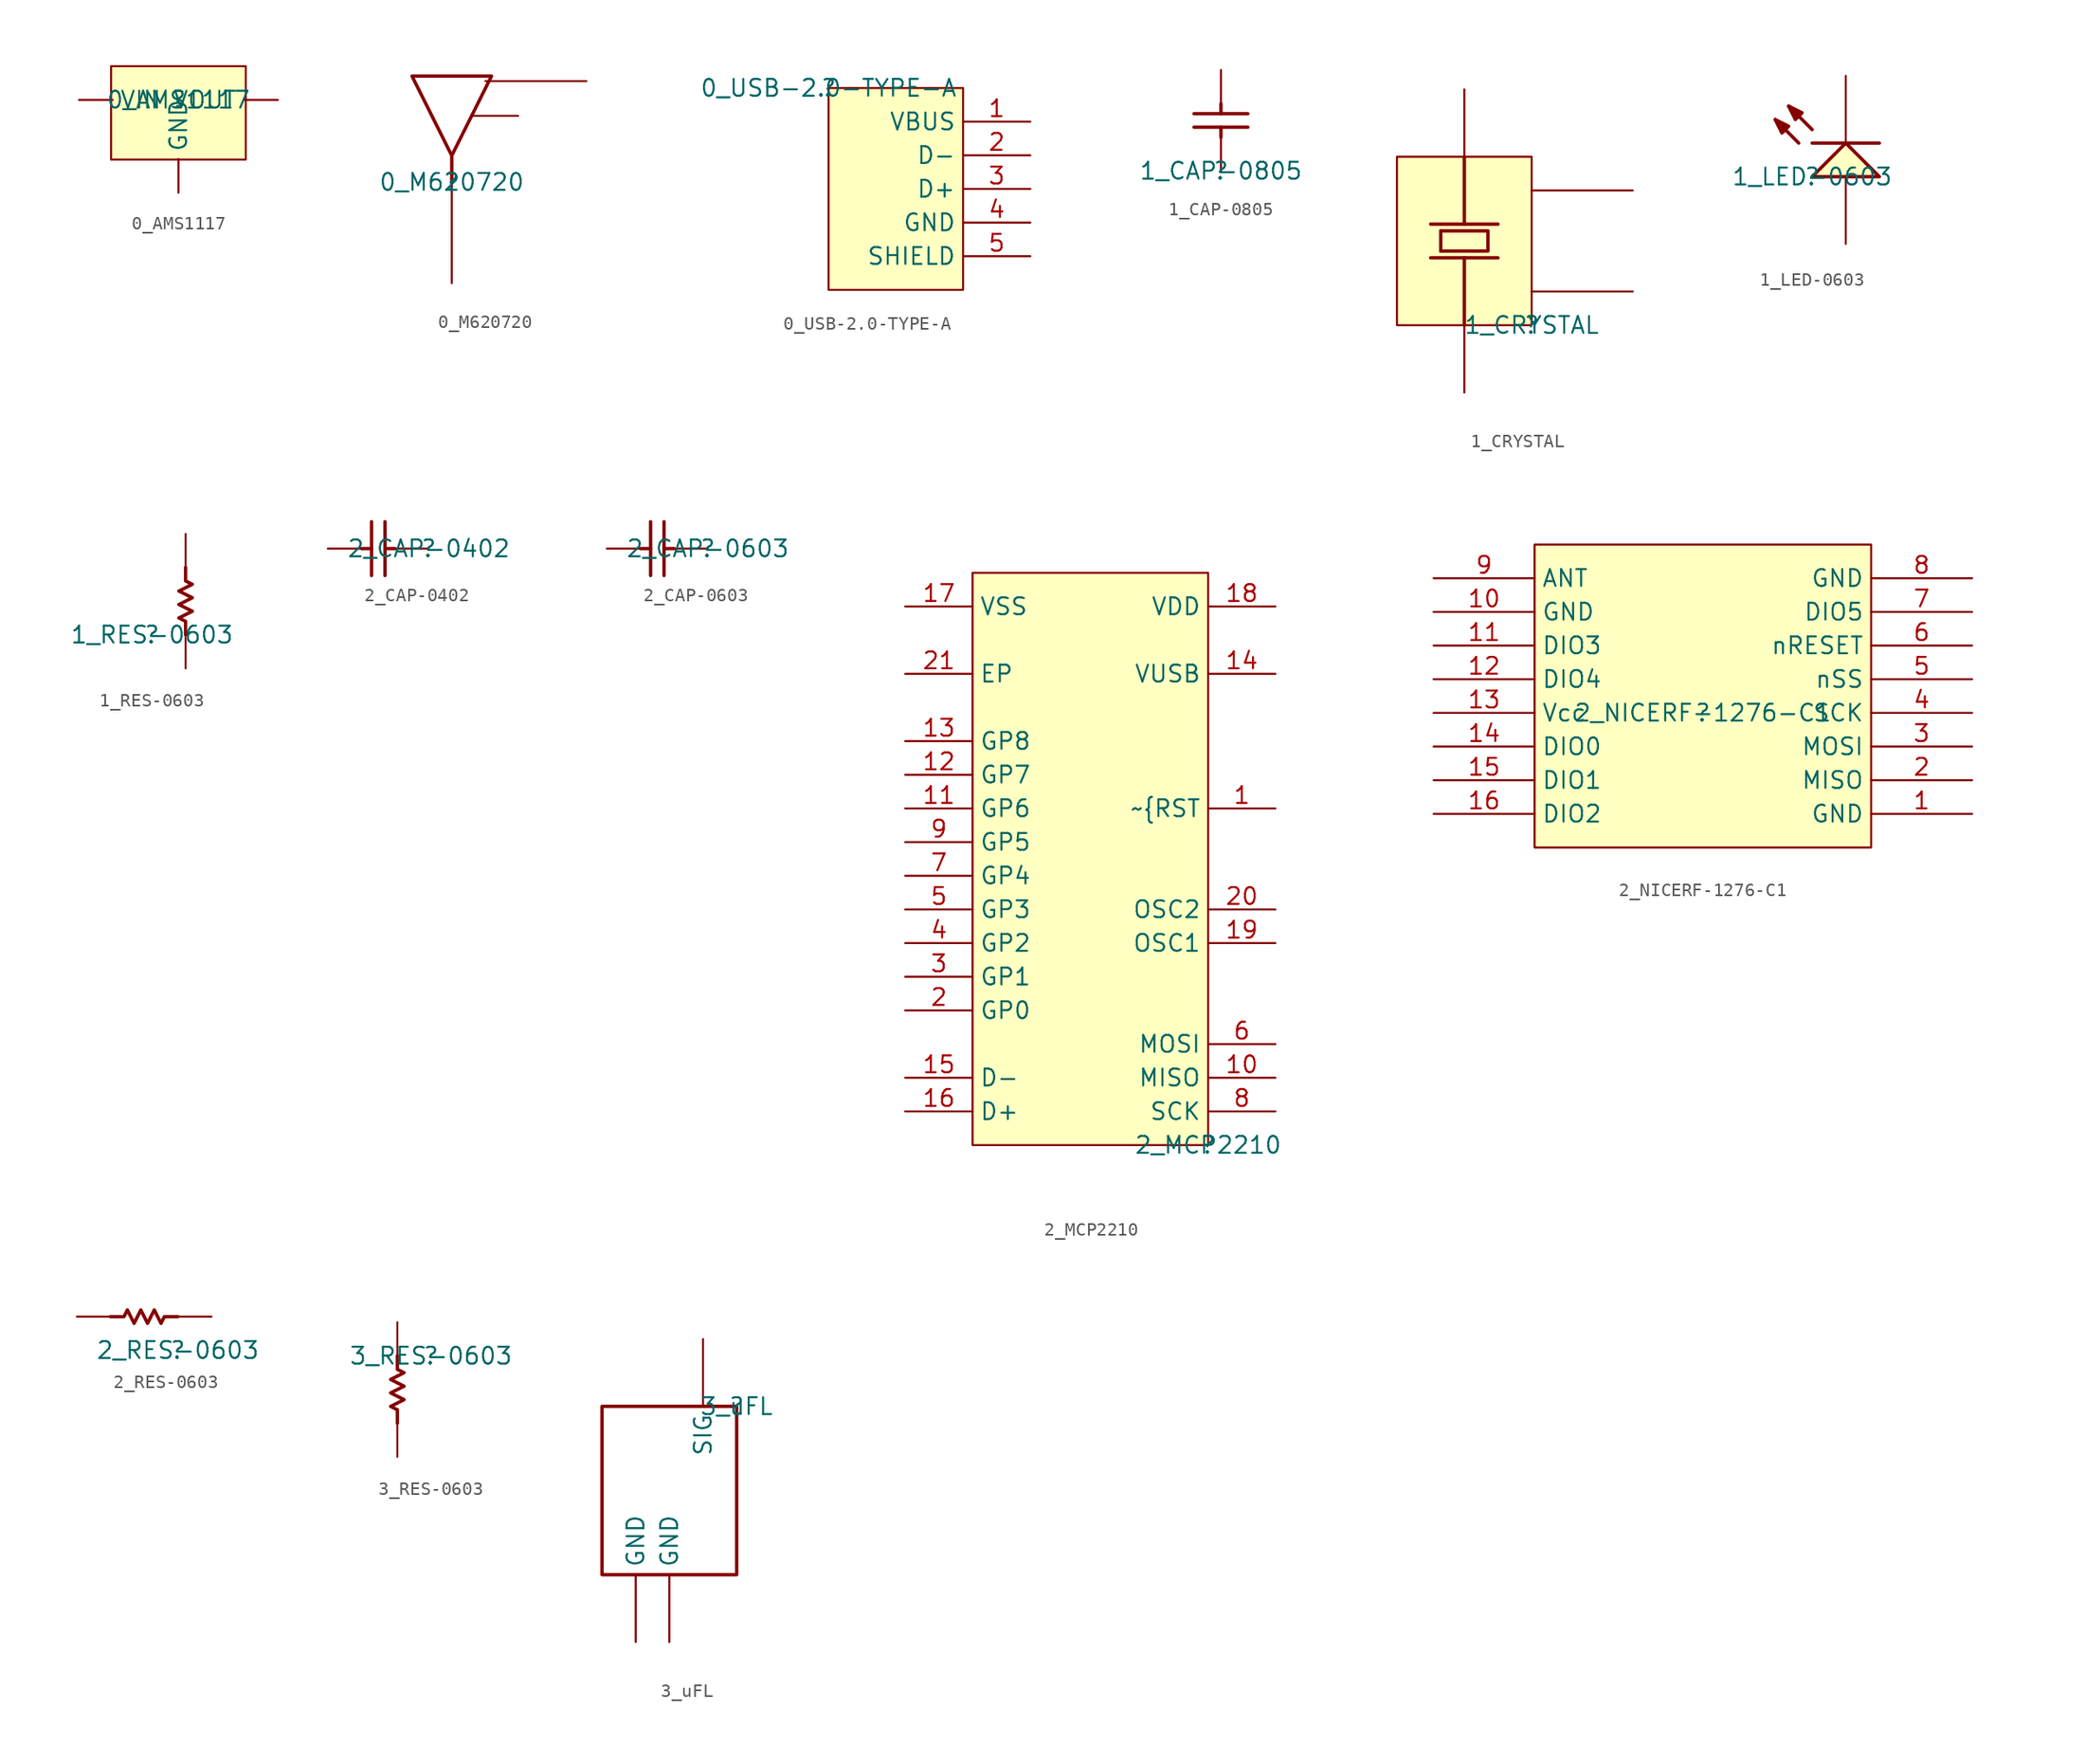
<source format=kicad_sym>
(kicad_symbol_lib
  (version 20211014)
  (generator kicad_symbol_editor)
  (symbol "0_AMS1117"
    (property "Reference" ""
      (at 0 0 0)
      (effects (font (size 1.27 1.27))))
    (property "Value" "0_AMS1117"
      (at 0 0 0)
      (effects (font (size 1.27 1.27))))
    (symbol "0_AMS1117_1_0"
      (rectangle (start 5.08 2.54) (end -5.08 -4.5) (stroke (width 0) (type default) (color 0 0 0 0)) (fill (type background)))
      (pin passive line (at 0 -7 90) (length 2.54) (name "GND" (effects (font (size 1.27 1.27)))) (number "1" (effects (font (size 0 0)))))
      (pin passive line (at 7.5 0 180) (length 2.54) (name "VOUT" (effects (font (size 1.27 1.27)))) (number "2" (effects (font (size 0 0)))))
      (pin passive line (at -7.5 0 0) (length 2.54) (name "VIN" (effects (font (size 1.27 1.27)))) (number "3" (effects (font (size 0 0)))))))
  (symbol "0_M620720"
    (property "Reference" ""
      (at 0 0 0)
      (effects (font (size 1.27 1.27))))
    (property "Value" "0_M620720"
      (at 0 0 0)
      (effects (font (size 1.27 1.27))))
    (symbol "0_M620720_1_0"
      (polyline (pts (xy 0 0) (xy 0 2) (xy -3 8) (xy 3 8) (xy 0 2)) (stroke (width 0.254) (type default) (color 0 0 0 0)) (fill (type none)))
      (pin passive line (at 0 -7.62 90) (length 7.62) (name "ANT" (effects (font (size 0 0)))) (number "1" (effects (font (size 0 0)))))
      (pin passive line (at 5 5 180) (length 3.5) (name "CAP" (effects (font (size 0 0)))) (number "2" (effects (font (size 0 0)))))
      (pin power_in line (at 10.16 7.62 180) (length 7.62) (name "GND" (effects (font (size 0 0)))) (number "GND" (effects (font (size 0 0)))))))
  (symbol "0_USB-2.0-TYPE-A"
    (property "Reference" ""
      (at 0 0 0)
      (effects (font (size 1.27 1.27))))
    (property "Value" "0_USB-2.0-TYPE-A"
      (at 0 0 0)
      (effects (font (size 1.27 1.27))))
    (symbol "0_USB-2.0-TYPE-A_1_0"
      (rectangle (start 10.16 0) (end 0 -15.24) (stroke (width 0) (type default) (color 0 0 0 0)) (fill (type background)))
      (pin passive line (at 15.24 -2.54 180) (length 5.08) (name "VBUS" (effects (font (size 1.27 1.27)))) (number "1" (effects (font (size 1.27 1.27)))))
      (pin passive line (at 15.24 -5.08 180) (length 5.08) (name "D-" (effects (font (size 1.27 1.27)))) (number "2" (effects (font (size 1.27 1.27)))))
      (pin passive line (at 15.24 -7.62 180) (length 5.08) (name "D+" (effects (font (size 1.27 1.27)))) (number "3" (effects (font (size 1.27 1.27)))))
      (pin passive line (at 15.24 -10.16 180) (length 5.08) (name "GND" (effects (font (size 1.27 1.27)))) (number "4" (effects (font (size 1.27 1.27)))))
      (pin passive line (at 15.24 -12.7 180) (length 5.08) (name "SHIELD" (effects (font (size 1.27 1.27)))) (number "5" (effects (font (size 1.27 1.27)))))))
  (symbol "1_CAP-0805"
    (property "Reference" ""
      (at 0 0 0)
      (effects (font (size 1.27 1.27))))
    (property "Value" "1_CAP-0805"
      (at 0 0 0)
      (effects (font (size 1.27 1.27))))
    (symbol "1_CAP-0805_1_0"
      (polyline (pts (xy -2.032 4.318) (xy 2.032 4.318)) (stroke (width 0.254) (type default) (color 0 0 0 0)) (fill (type none)))
      (polyline (pts (xy 0 2.54) (xy 0 3.302)) (stroke (width 0.254) (type default) (color 0 0 0 0)) (fill (type none)))
      (polyline (pts (xy 0 5.08) (xy 0 4.318)) (stroke (width 0.254) (type default) (color 0 0 0 0)) (fill (type none)))
      (polyline (pts (xy 2.032 3.302) (xy -2.032 3.302)) (stroke (width 0.254) (type default) (color 0 0 0 0)) (fill (type none)))
      (pin passive line (at 0 0 90) (length 2.54) (name "1" (effects (font (size 0 0)))) (number "1" (effects (font (size 0 0)))))
      (pin passive line (at 0 7.62 270) (length 2.54) (name "2" (effects (font (size 0 0)))) (number "2" (effects (font (size 0 0)))))))
  (symbol "1_CRYSTAL"
    (property "Reference" ""
      (at 0 0 0)
      (effects (font (size 1.27 1.27))))
    (property "Value" "1_CRYSTAL"
      (at 0 0 0)
      (effects (font (size 1.27 1.27))))
    (symbol "1_CRYSTAL_1_0"
      (polyline (pts (xy -7.62 5.08) (xy -2.54 5.08)) (stroke (width 0.254) (type default) (color 0 0 0 0)) (fill (type none)))
      (polyline (pts (xy -7.62 7.62) (xy -2.54 7.62)) (stroke (width 0.254) (type default) (color 0 0 0 0)) (fill (type none)))
      (polyline (pts (xy -6.858 5.588) (xy -6.858 7.112)) (stroke (width 0.254) (type default) (color 0 0 0 0)) (fill (type none)))
      (polyline (pts (xy -5.08 0) (xy -5.08 5.08)) (stroke (width 0.254) (type default) (color 0 0 0 0)) (fill (type none)))
      (polyline (pts (xy -5.08 7.62) (xy -5.08 12.7)) (stroke (width 0.254) (type default) (color 0 0 0 0)) (fill (type none)))
      (polyline (pts (xy -6.858 7.112) (xy -3.302 7.112) (xy -3.302 5.588) (xy -6.858 5.588)) (stroke (width 0.254) (type default) (color 0 0 0 0)) (fill (type none)))
      (rectangle (start 0 12.7) (end -10.16 0) (stroke (width 0) (type default) (color 0 0 0 0)) (fill (type background)))
      (pin passive line (at -5.08 -5.08 90) (length 5.08) (name "X1" (effects (font (size 0 0)))) (number "1" (effects (font (size 0 0)))))
      (pin passive line (at 7.62 2.54 180) (length 7.62) (name "GND" (effects (font (size 0 0)))) (number "2" (effects (font (size 0 0)))))
      (pin passive line (at -5.08 17.78 270) (length 5.08) (name "X2" (effects (font (size 0 0)))) (number "3" (effects (font (size 0 0)))))
      (pin passive line (at 7.62 10.16 180) (length 7.62) (name "GND" (effects (font (size 0 0)))) (number "4" (effects (font (size 0 0)))))))
  (symbol "1_LED-0603"
    (property "Reference" ""
      (at 0 0 0)
      (effects (font (size 1.27 1.27))))
    (property "Value" "1_LED-0603"
      (at 0 0 0)
      (effects (font (size 1.27 1.27))))
    (symbol "1_LED-0603_1_0"
      (polyline (pts (xy -1.016 2.54) (xy -2.794 4.318)) (stroke (width 0.254) (type default) (color 0 0 0 0)) (fill (type none)))
      (polyline (pts (xy 0 2.54) (xy 5.08 2.54)) (stroke (width 0.254) (type default) (color 0 0 0 0)) (fill (type none)))
      (polyline (pts (xy 0 3.556) (xy -1.778 5.334)) (stroke (width 0.254) (type default) (color 0 0 0 0)) (fill (type none)))
      (polyline (pts (xy -2.794 4.318) (xy -2.286 3.302) (xy -1.778 3.81) (xy -2.794 4.318)) (stroke (width 0.254) (type default) (color 0 0 0 0)) (fill (type outline)))
      (polyline (pts (xy -1.778 5.334) (xy -1.27 4.318) (xy -0.762 4.826) (xy -1.778 5.334)) (stroke (width 0.254) (type default) (color 0 0 0 0)) (fill (type outline)))
      (polyline (pts (xy 5.08 0) (xy 2.54 2.54) (xy 0 0) (xy 5.08 0)) (stroke (width 0.254) (type default) (color 0 0 0 0)) (fill (type background)))
      (pin passive line (at 2.54 -5.08 90) (length 5.08) (name "A" (effects (font (size 0 0)))) (number "1" (effects (font (size 0 0)))))
      (pin passive line (at 2.54 7.62 270) (length 5.08) (name "K" (effects (font (size 0 0)))) (number "2" (effects (font (size 0 0)))))))
  (symbol "1_RES-0603"
    (property "Reference" ""
      (at 0 0 0)
      (effects (font (size 1.27 1.27))))
    (property "Value" "1_RES-0603"
      (at 0 0 0)
      (effects (font (size 1.27 1.27))))
    (symbol "1_RES-0603_1_0"
      (polyline (pts (xy 2.54 5.08) (xy 2.54 4.064) (xy 3.048 3.81) (xy 2.032 3.302) (xy 3.048 2.794) (xy 2.032 2.286) (xy 3.048 1.778) (xy 2.032 1.27) (xy 2.54 1.016) (xy 2.54 0)) (stroke (width 0.254) (type default) (color 0 0 0 0)) (fill (type none)))
      (pin passive line (at 2.54 -2.54 90) (length 2.54) (name "1" (effects (font (size 0 0)))) (number "1" (effects (font (size 0 0)))))
      (pin passive line (at 2.54 7.62 270) (length 2.54) (name "2" (effects (font (size 0 0)))) (number "2" (effects (font (size 0 0)))))))
  (symbol "2_CAP-0402"
    (property "Reference" ""
      (at 0 0 0)
      (effects (font (size 1.27 1.27))))
    (property "Value" "2_CAP-0402"
      (at 0 0 0)
      (effects (font (size 1.27 1.27))))
    (symbol "2_CAP-0402_1_0"
      (polyline (pts (xy -5.08 0) (xy -4.318 0)) (stroke (width 0.254) (type default) (color 0 0 0 0)) (fill (type none)))
      (polyline (pts (xy -4.318 -2.032) (xy -4.318 2.032)) (stroke (width 0.254) (type default) (color 0 0 0 0)) (fill (type none)))
      (polyline (pts (xy -3.302 2.032) (xy -3.302 -2.032)) (stroke (width 0.254) (type default) (color 0 0 0 0)) (fill (type none)))
      (polyline (pts (xy -2.54 0) (xy -3.302 0)) (stroke (width 0.254) (type default) (color 0 0 0 0)) (fill (type none)))
      (pin passive line (at 0 0 180) (length 2.54) (name "1" (effects (font (size 0 0)))) (number "1" (effects (font (size 0 0)))))
      (pin passive line (at -7.62 0 0) (length 2.54) (name "2" (effects (font (size 0 0)))) (number "2" (effects (font (size 0 0)))))))
  (symbol "2_CAP-0603"
    (property "Reference" ""
      (at 0 0 0)
      (effects (font (size 1.27 1.27))))
    (property "Value" "2_CAP-0603"
      (at 0 0 0)
      (effects (font (size 1.27 1.27))))
    (symbol "2_CAP-0603_1_0"
      (polyline (pts (xy -5.08 0) (xy -4.318 0)) (stroke (width 0.254) (type default) (color 0 0 0 0)) (fill (type none)))
      (polyline (pts (xy -4.318 -2.032) (xy -4.318 2.032)) (stroke (width 0.254) (type default) (color 0 0 0 0)) (fill (type none)))
      (polyline (pts (xy -3.302 2.032) (xy -3.302 -2.032)) (stroke (width 0.254) (type default) (color 0 0 0 0)) (fill (type none)))
      (polyline (pts (xy -2.54 0) (xy -3.302 0)) (stroke (width 0.254) (type default) (color 0 0 0 0)) (fill (type none)))
      (pin passive line (at 0 0 180) (length 2.54) (name "1" (effects (font (size 0 0)))) (number "1" (effects (font (size 0 0)))))
      (pin passive line (at -7.62 0 0) (length 2.54) (name "2" (effects (font (size 0 0)))) (number "2" (effects (font (size 0 0)))))))
  (symbol "2_MCP2210"
    (property "Reference" ""
      (at 0 0 0)
      (effects (font (size 1.27 1.27))))
    (property "Value" "2_MCP2210"
      (at 0 0 0)
      (effects (font (size 1.27 1.27))))
    (symbol "2_MCP2210_1_0"
      (rectangle (start 0 43.18) (end -17.78 0) (stroke (width 0) (type default) (color 0 0 0 0)) (fill (type background)))
      (pin input line (at 5.08 25.4 180) (length 5.08) (name "~{RST" (effects (font (size 1.27 1.27)))) (number "1" (effects (font (size 1.27 1.27)))))
      (pin input line (at 5.08 5.08 180) (length 5.08) (name "MISO" (effects (font (size 1.27 1.27)))) (number "10" (effects (font (size 1.27 1.27)))))
      (pin bidirectional line (at -22.86 25.4 0) (length 5.08) (name "GP6" (effects (font (size 1.27 1.27)))) (number "11" (effects (font (size 1.27 1.27)))))
      (pin bidirectional line (at -22.86 27.94 0) (length 5.08) (name "GP7" (effects (font (size 1.27 1.27)))) (number "12" (effects (font (size 1.27 1.27)))))
      (pin bidirectional line (at -22.86 30.48 0) (length 5.08) (name "GP8" (effects (font (size 1.27 1.27)))) (number "13" (effects (font (size 1.27 1.27)))))
      (pin power_in line (at 5.08 35.56 180) (length 5.08) (name "VUSB" (effects (font (size 1.27 1.27)))) (number "14" (effects (font (size 1.27 1.27)))))
      (pin bidirectional line (at -22.86 5.08 0) (length 5.08) (name "D-" (effects (font (size 1.27 1.27)))) (number "15" (effects (font (size 1.27 1.27)))))
      (pin bidirectional line (at -22.86 2.54 0) (length 5.08) (name "D+" (effects (font (size 1.27 1.27)))) (number "16" (effects (font (size 1.27 1.27)))))
      (pin power_in line (at -22.86 40.64 0) (length 5.08) (name "VSS" (effects (font (size 1.27 1.27)))) (number "17" (effects (font (size 1.27 1.27)))))
      (pin power_in line (at 5.08 40.64 180) (length 5.08) (name "VDD" (effects (font (size 1.27 1.27)))) (number "18" (effects (font (size 1.27 1.27)))))
      (pin input line (at 5.08 15.24 180) (length 5.08) (name "OSC1" (effects (font (size 1.27 1.27)))) (number "19" (effects (font (size 1.27 1.27)))))
      (pin bidirectional line (at -22.86 10.16 0) (length 5.08) (name "GP0" (effects (font (size 1.27 1.27)))) (number "2" (effects (font (size 1.27 1.27)))))
      (pin output line (at 5.08 17.78 180) (length 5.08) (name "OSC2" (effects (font (size 1.27 1.27)))) (number "20" (effects (font (size 1.27 1.27)))))
      (pin passive line (at -22.86 35.56 0) (length 5.08) (name "EP" (effects (font (size 1.27 1.27)))) (number "21" (effects (font (size 1.27 1.27)))))
      (pin bidirectional line (at -22.86 12.7 0) (length 5.08) (name "GP1" (effects (font (size 1.27 1.27)))) (number "3" (effects (font (size 1.27 1.27)))))
      (pin bidirectional line (at -22.86 15.24 0) (length 5.08) (name "GP2" (effects (font (size 1.27 1.27)))) (number "4" (effects (font (size 1.27 1.27)))))
      (pin bidirectional line (at -22.86 17.78 0) (length 5.08) (name "GP3" (effects (font (size 1.27 1.27)))) (number "5" (effects (font (size 1.27 1.27)))))
      (pin output line (at 5.08 7.62 180) (length 5.08) (name "MOSI" (effects (font (size 1.27 1.27)))) (number "6" (effects (font (size 1.27 1.27)))))
      (pin bidirectional line (at -22.86 20.32 0) (length 5.08) (name "GP4" (effects (font (size 1.27 1.27)))) (number "7" (effects (font (size 1.27 1.27)))))
      (pin output line (at 5.08 2.54 180) (length 5.08) (name "SCK" (effects (font (size 1.27 1.27)))) (number "8" (effects (font (size 1.27 1.27)))))
      (pin bidirectional line (at -22.86 22.86 0) (length 5.08) (name "GP5" (effects (font (size 1.27 1.27)))) (number "9" (effects (font (size 1.27 1.27)))))))
  (symbol "2_NICERF-1276-C1"
    (property "Reference" ""
      (at 0 0 0)
      (effects (font (size 1.27 1.27))))
    (property "Value" "2_NICERF-1276-C1"
      (at 0 0 0)
      (effects (font (size 1.27 1.27))))
    (symbol "2_NICERF-1276-C1_1_0"
      (rectangle (start 12.7 12.7) (end -12.7 -10.16) (stroke (width 0) (type default) (color 0 0 0 0)) (fill (type background)))
      (pin passive line (at 20.32 -7.62 180) (length 7.62) (name "GND" (effects (font (size 1.27 1.27)))) (number "1" (effects (font (size 1.27 1.27)))))
      (pin passive line (at -20.32 7.62 0) (length 7.62) (name "GND" (effects (font (size 1.27 1.27)))) (number "10" (effects (font (size 1.27 1.27)))))
      (pin passive line (at -20.32 5.08 0) (length 7.62) (name "DIO3" (effects (font (size 1.27 1.27)))) (number "11" (effects (font (size 1.27 1.27)))))
      (pin passive line (at -20.32 2.54 0) (length 7.62) (name "DIO4" (effects (font (size 1.27 1.27)))) (number "12" (effects (font (size 1.27 1.27)))))
      (pin passive line (at -20.32 0 0) (length 7.62) (name "Vcc" (effects (font (size 1.27 1.27)))) (number "13" (effects (font (size 1.27 1.27)))))
      (pin passive line (at -20.32 -2.54 0) (length 7.62) (name "DIO0" (effects (font (size 1.27 1.27)))) (number "14" (effects (font (size 1.27 1.27)))))
      (pin passive line (at -20.32 -5.08 0) (length 7.62) (name "DIO1" (effects (font (size 1.27 1.27)))) (number "15" (effects (font (size 1.27 1.27)))))
      (pin passive line (at -20.32 -7.62 0) (length 7.62) (name "DIO2" (effects (font (size 1.27 1.27)))) (number "16" (effects (font (size 1.27 1.27)))))
      (pin passive line (at 20.32 -5.08 180) (length 7.62) (name "MISO" (effects (font (size 1.27 1.27)))) (number "2" (effects (font (size 1.27 1.27)))))
      (pin passive line (at 20.32 -2.54 180) (length 7.62) (name "MOSI" (effects (font (size 1.27 1.27)))) (number "3" (effects (font (size 1.27 1.27)))))
      (pin passive line (at 20.32 0 180) (length 7.62) (name "SCK" (effects (font (size 1.27 1.27)))) (number "4" (effects (font (size 1.27 1.27)))))
      (pin passive line (at 20.32 2.54 180) (length 7.62) (name "nSS" (effects (font (size 1.27 1.27)))) (number "5" (effects (font (size 1.27 1.27)))))
      (pin passive line (at 20.32 5.08 180) (length 7.62) (name "nRESET" (effects (font (size 1.27 1.27)))) (number "6" (effects (font (size 1.27 1.27)))))
      (pin passive line (at 20.32 7.62 180) (length 7.62) (name "DIO5" (effects (font (size 1.27 1.27)))) (number "7" (effects (font (size 1.27 1.27)))))
      (pin passive line (at 20.32 10.16 180) (length 7.62) (name "GND" (effects (font (size 1.27 1.27)))) (number "8" (effects (font (size 1.27 1.27)))))
      (pin passive line (at -20.32 10.16 0) (length 7.62) (name "ANT" (effects (font (size 1.27 1.27)))) (number "9" (effects (font (size 1.27 1.27)))))))
  (symbol "2_RES-0603"
    (property "Reference" ""
      (at 0 0 0)
      (effects (font (size 1.27 1.27))))
    (property "Value" "2_RES-0603"
      (at 0 0 0)
      (effects (font (size 1.27 1.27))))
    (symbol "2_RES-0603_1_0"
      (polyline (pts (xy -5.08 2.54) (xy -4.064 2.54) (xy -3.81 3.048) (xy -3.302 2.032) (xy -2.794 3.048) (xy -2.286 2.032) (xy -1.778 3.048) (xy -1.27 2.032) (xy -1.016 2.54) (xy 0 2.54)) (stroke (width 0.254) (type default) (color 0 0 0 0)) (fill (type none)))
      (pin passive line (at 2.54 2.54 180) (length 2.54) (name "1" (effects (font (size 0 0)))) (number "1" (effects (font (size 0 0)))))
      (pin passive line (at -7.62 2.54 0) (length 2.54) (name "2" (effects (font (size 0 0)))) (number "2" (effects (font (size 0 0)))))))
  (symbol "3_RES-0603"
    (property "Reference" ""
      (at 0 0 0)
      (effects (font (size 1.27 1.27))))
    (property "Value" "3_RES-0603"
      (at 0 0 0)
      (effects (font (size 1.27 1.27))))
    (symbol "3_RES-0603_1_0"
      (polyline (pts (xy -2.54 -5.08) (xy -2.54 -4.064) (xy -3.048 -3.81) (xy -2.032 -3.302) (xy -3.048 -2.794) (xy -2.032 -2.286) (xy -3.048 -1.778) (xy -2.032 -1.27) (xy -2.54 -1.016) (xy -2.54 0)) (stroke (width 0.254) (type default) (color 0 0 0 0)) (fill (type none)))
      (pin passive line (at -2.54 2.54 270) (length 2.54) (name "1" (effects (font (size 0 0)))) (number "1" (effects (font (size 0 0)))))
      (pin passive line (at -2.54 -7.62 90) (length 2.54) (name "2" (effects (font (size 0 0)))) (number "2" (effects (font (size 0 0)))))))
  (symbol "3_uFL"
    (property "Reference" ""
      (at 0 0 0)
      (effects (font (size 1.27 1.27))))
    (property "Value" "3_uFL"
      (at 0 0 0)
      (effects (font (size 1.27 1.27))))
    (symbol "3_uFL_1_0"
      (polyline (pts (xy -10.16 0) (xy 0 0) (xy 0 -12.7) (xy -10.16 -12.7) (xy -10.16 0)) (stroke (width 0.254) (type default) (color 0 0 0 0)) (fill (type none)))
      (pin power_in line (at -5.08 -17.78 90) (length 5.08) (name "GND" (effects (font (size 1.27 1.27)))) (number "1" (effects (font (size 0 0)))))
      (pin power_in line (at -7.62 -17.78 90) (length 5.08) (name "GND" (effects (font (size 1.27 1.27)))) (number "2" (effects (font (size 0 0)))))
      (pin passive line (at -2.54 5.08 270) (length 5.08) (name "SIG" (effects (font (size 1.27 1.27)))) (number "3" (effects (font (size 0 0))))))))
</source>
